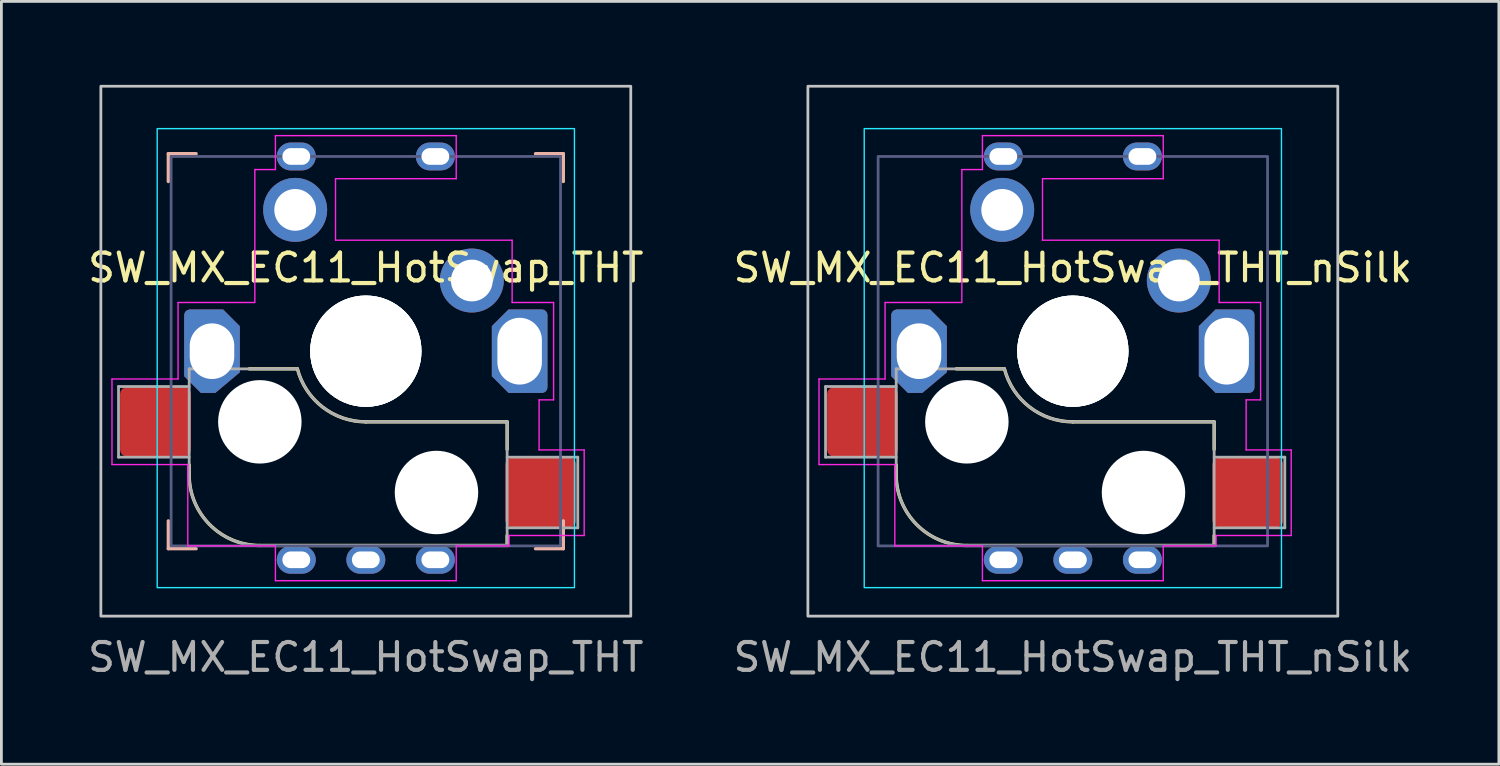
<source format=kicad_pcb>
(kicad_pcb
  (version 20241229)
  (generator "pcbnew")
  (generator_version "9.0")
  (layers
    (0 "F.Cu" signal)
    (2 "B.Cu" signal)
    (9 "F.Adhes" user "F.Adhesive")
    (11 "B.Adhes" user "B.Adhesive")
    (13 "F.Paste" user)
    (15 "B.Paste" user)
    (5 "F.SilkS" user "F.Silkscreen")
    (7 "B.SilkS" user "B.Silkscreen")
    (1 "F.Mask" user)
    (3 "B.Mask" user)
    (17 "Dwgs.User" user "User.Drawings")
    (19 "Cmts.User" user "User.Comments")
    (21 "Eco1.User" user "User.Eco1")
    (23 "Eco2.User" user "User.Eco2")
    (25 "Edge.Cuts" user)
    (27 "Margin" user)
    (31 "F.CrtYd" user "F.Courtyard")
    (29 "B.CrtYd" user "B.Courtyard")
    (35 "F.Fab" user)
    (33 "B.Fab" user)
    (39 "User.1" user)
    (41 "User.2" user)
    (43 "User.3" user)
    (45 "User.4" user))
  (footprint "SW_MX_EC11_HotSwap_THT"
    (layer "F.Cu")
    (at 10.101 9.575)
    (property "Reference" "SW_MX_EC11_HotSwap_THT" (at 0 -3 0) (layer "F.SilkS") (effects (font (size 1 1) (thickness 0.15))))
    (attr through_hole)
    (fp_line (start -6.35 4.445) (end -6.35 4.09) (stroke (width 0.12) (type solid)) (layer "F.SilkS"))
    (fp_line (start -3.81 6.985) (end 5.08 6.985) (stroke (width 0.12) (type solid)) (layer "F.SilkS"))
    (fp_line (start -2.464 0.635) (end -4.191 0.635) (stroke (width 0.12) (type solid)) (layer "F.SilkS"))
    (fp_line (start 5.08 2.54) (end 0 2.54) (stroke (width 0.12) (type solid)) (layer "F.SilkS"))
    (fp_line (start 5.08 2.54) (end 5.08 3.53) (stroke (width 0.12) (type default)) (layer "F.SilkS"))
    (fp_line (start 5.08 6.985) (end 5.08 6.63) (stroke (width 0.12) (type solid)) (layer "F.SilkS"))
    (fp_arc (start -3.81 6.985) (mid -5.606051 6.241051) (end -6.35 4.445) (stroke (width 0.12) (type solid)) (layer "F.SilkS"))
    (fp_arc (start 0 2.54) (mid -1.555901 2.007678) (end -2.459645 0.633836) (stroke (width 0.12) (type default)) (layer "F.SilkS"))
    (fp_line (start -7.1 -7.1) (end -6.1 -7.1) (stroke (width 0.12) (type solid)) (layer "B.SilkS"))
    (fp_line (start -7.1 -6.1) (end -7.1 -7.1) (stroke (width 0.12) (type solid)) (layer "B.SilkS"))
    (fp_line (start -7.1 7.1) (end -7.1 6.1) (stroke (width 0.12) (type solid)) (layer "B.SilkS"))
    (fp_line (start -6.1 7.1) (end -7.1 7.1) (stroke (width 0.12) (type solid)) (layer "B.SilkS"))
    (fp_line (start 6.1 -7.1) (end 7.1 -7.1) (stroke (width 0.12) (type solid)) (layer "B.SilkS"))
    (fp_line (start 7.1 -7.1) (end 7.1 -6.1) (stroke (width 0.12) (type solid)) (layer "B.SilkS"))
    (fp_line (start 7.1 6.1) (end 7.1 7.1) (stroke (width 0.12) (type solid)) (layer "B.SilkS"))
    (fp_line (start 7.1 7.1) (end 6.1 7.1) (stroke (width 0.12) (type solid)) (layer "B.SilkS"))
    (fp_rect (start -9.525 -9.525) (end 9.525 9.525) (stroke (width 0.1) (type default)) (fill no) (layer "Dwgs.User"))
    (fp_rect (start -7.5 -8) (end 7.5 8.5) (stroke (width 0.05) (type default)) (fill no) (layer "B.CrtYd"))
    (fp_line (start -9.125 1) (end -9.125 4.075) (stroke (width 0.05) (type default)) (layer "F.CrtYd"))
    (fp_line (start -9.125 4.075) (end -6.4 4.075) (stroke (width 0.05) (type default)) (layer "F.CrtYd"))
    (fp_line (start -6.75 -1.75) (end -6.75 1) (stroke (width 0.05) (type default)) (layer "F.CrtYd"))
    (fp_line (start -6.75 1) (end -9.125 1) (stroke (width 0.05) (type default)) (layer "F.CrtYd"))
    (fp_line (start -6.4 4.075) (end -6.4 7) (stroke (width 0.05) (type default)) (layer "F.CrtYd"))
    (fp_line (start -4 -1.75) (end -6.75 -1.75) (stroke (width 0.05) (type default)) (layer "F.CrtYd"))
    (fp_line (start -3.99 -6.53) (end -3.99 -1.75) (stroke (width 0.05) (type default)) (layer "F.CrtYd"))
    (fp_line (start -3.25 -7.75) (end -3.25 -6.53) (stroke (width 0.05) (type default)) (layer "F.CrtYd"))
    (fp_line (start -3.25 -6.53) (end -3.99 -6.53) (stroke (width 0.05) (type default)) (layer "F.CrtYd"))
    (fp_line (start -3.25 7) (end -6.4 7) (stroke (width 0.05) (type default)) (layer "F.CrtYd"))
    (fp_line (start -3.25 8.25) (end -3.25 7) (stroke (width 0.05) (type default)) (layer "F.CrtYd"))
    (fp_line (start -1.09 -6.2) (end 3.25 -6.2) (stroke (width 0.05) (type default)) (layer "F.CrtYd"))
    (fp_line (start -1.09 -3.99) (end -1.09 -6.2) (stroke (width 0.05) (type default)) (layer "F.CrtYd"))
    (fp_line (start 3.25 -7.75) (end -3.25 -7.75) (stroke (width 0.05) (type default)) (layer "F.CrtYd"))
    (fp_line (start 3.25 -6.2) (end 3.25 -7.75) (stroke (width 0.05) (type default)) (layer "F.CrtYd"))
    (fp_line (start 3.25 7) (end 3.25 8.25) (stroke (width 0.05) (type default)) (layer "F.CrtYd"))
    (fp_line (start 3.25 8.25) (end -3.25 8.25) (stroke (width 0.05) (type default)) (layer "F.CrtYd"))
    (fp_line (start 5.15 6.625) (end 5.15 7) (stroke (width 0.05) (type default)) (layer "F.CrtYd"))
    (fp_line (start 5.15 7) (end 3.25 7) (stroke (width 0.05) (type default)) (layer "F.CrtYd"))
    (fp_line (start 5.26 -3.99) (end -1.09 -3.99) (stroke (width 0.05) (type default)) (layer "F.CrtYd"))
    (fp_line (start 5.26 -1.75) (end 5.26 -3.99) (stroke (width 0.05) (type default)) (layer "F.CrtYd"))
    (fp_line (start 6.23 1.75) (end 6.23 3.55) (stroke (width 0.05) (type default)) (layer "F.CrtYd"))
    (fp_line (start 6.23 3.55) (end 7.85 3.55) (stroke (width 0.05) (type default)) (layer "F.CrtYd"))
    (fp_line (start 6.75 -1.75) (end 5.26 -1.75) (stroke (width 0.05) (type default)) (layer "F.CrtYd"))
    (fp_line (start 6.75 1.75) (end 6.23 1.75) (stroke (width 0.05) (type default)) (layer "F.CrtYd"))
    (fp_line (start 6.75 1.75) (end 6.75 -1.75) (stroke (width 0.05) (type default)) (layer "F.CrtYd"))
    (fp_line (start 7.85 3.55) (end 7.85 6.625) (stroke (width 0.05) (type default)) (layer "F.CrtYd"))
    (fp_line (start 7.85 6.625) (end 5.15 6.625) (stroke (width 0.05) (type default)) (layer "F.CrtYd"))
    (fp_rect (start -7 -7) (end 7 7) (stroke (width 0.1) (type default)) (fill no) (layer "B.Fab"))
    (fp_line (start -8.89 1.27) (end -8.89 3.81) (stroke (width 0.1) (type solid)) (layer "F.Fab"))
    (fp_line (start -8.89 3.81) (end -6.35 3.81) (stroke (width 0.1) (type solid)) (layer "F.Fab"))
    (fp_line (start -6.35 0.635) (end -6.35 4.445) (stroke (width 0.1) (type solid)) (layer "F.Fab"))
    (fp_line (start -6.35 0.635) (end -2.54 0.635) (stroke (width 0.1) (type solid)) (layer "F.Fab"))
    (fp_line (start -6.35 1.27) (end -8.89 1.27) (stroke (width 0.1) (type solid)) (layer "F.Fab"))
    (fp_line (start -3.81 6.985) (end 5.08 6.985) (stroke (width 0.1) (type solid)) (layer "F.Fab"))
    (fp_line (start 5.08 2.54) (end 0 2.54) (stroke (width 0.1) (type solid)) (layer "F.Fab"))
    (fp_line (start 5.08 6.35) (end 7.62 6.35) (stroke (width 0.1) (type solid)) (layer "F.Fab"))
    (fp_line (start 5.08 6.985) (end 5.08 2.54) (stroke (width 0.1) (type solid)) (layer "F.Fab"))
    (fp_line (start 7.62 3.81) (end 5.08 3.81) (stroke (width 0.1) (type solid)) (layer "F.Fab"))
    (fp_line (start 7.62 6.35) (end 7.62 3.81) (stroke (width 0.1) (type solid)) (layer "F.Fab"))
    (fp_arc (start -3.81 6.985) (mid -5.606051 6.241051) (end -6.35 4.445) (stroke (width 0.1) (type solid)) (layer "F.Fab"))
    (fp_arc (start 0 2.54) (mid -1.563147 2.002042) (end -2.464162 0.61604) (stroke (width 0.1) (type solid)) (layer "F.Fab"))
    (fp_text user "${REFERENCE}" (at 0 11 0) (layer "F.Fab") (effects (font (size 1 1) (thickness 0.15))))
    (pad "" np_thru_hole circle (at -3.81 2.54 180) (size 3 3) (drill 3) (layers "*.Cu" "*.Mask"))
    (pad "" np_thru_hole circle (at 0 0 180) (size 4 4) (drill 4) (layers "*.Cu" "*.Mask"))
    (pad "" np_thru_hole circle (at 0 0 180) (size 4 4) (drill 4) (layers "*.Cu" "*.Mask"))
    (pad "" np_thru_hole circle (at 0 0) (size 4 4) (drill 4) (layers "*.Cu" "*.Mask"))
    (pad "" np_thru_hole circle (at 2.54 5.08 180) (size 3 3) (drill 3) (layers "*.Cu" "*.Mask"))
    (pad "A" thru_hole oval (at 2.5 7.5 180) (size 1.4 1) (drill oval 1 0.6) (layers "*.Cu" "*.Mask"))
    (pad "B" thru_hole oval (at -2.5 7.5 180) (size 1.4 1) (drill oval 1 0.6) (layers "*.Cu" "*.Mask"))
    (pad "C" thru_hole oval (at 0 7.5 180) (size 1.4 1) (drill oval 1 0.6) (layers "*.Cu" "*.Mask"))
    (pad "MP" thru_hole custom (at -5.53 0) (size 2 2) (drill oval 1.6 2.4) (layers "*.Cu" "*.Mask") (options (anchor circle)) (primitives (gr_poly (pts (xy 1 0.76) (xy 0.12 1.5) (xy -0.4 1.5) (xy -1 0.9) (xy -1 -1.3) (xy -0.98 -1.38) (xy -0.94 -1.44) (xy -0.88 -1.48) (xy -0.8 -1.5) (xy 0.4 -1.5) (xy 1 -0.9)) (width 0) (fill yes))))
    (pad "MP" thru_hole roundrect (at 5.53 0 180) (size 2 3) (drill oval 1.6 2.4) (layers "*.Cu" "*.Mask") (roundrect_rratio 0.1) (chamfer_ratio 0.3) (chamfer top_right bottom_right))
    (pad "S1" thru_hole oval (at 2.5 -7 180) (size 1.4 1) (drill oval 1 0.6) (layers "*.Cu" "*.Mask"))
    (pad "S1" thru_hole circle (at 3.81 -2.54 180) (size 2.3 2.3) (drill 1.5) (layers "*.Cu" "*.Mask"))
    (pad "S1" smd roundrect (at 6.29 5.08 180) (size 2.55 2.5) (layers "F.Cu" "F.Mask" "F.Paste") (roundrect_rratio 0.1))
    (pad "S2" smd roundrect (at -7.56 2.54 180) (size 2.55 2.5) (layers "F.Cu" "F.Mask" "F.Paste") (roundrect_rratio 0.1))
    (pad "S2" thru_hole circle (at -2.54 -5.08 180) (size 2.3 2.3) (drill 1.5) (layers "*.Cu" "*.Mask"))
    (pad "S2" thru_hole oval (at -2.5 -7 180) (size 1.4 1) (drill oval 1 0.6) (layers "*.Cu" "*.Mask")))
  (footprint "SW_MX_EC11_HotSwap_THT_nSilk"
    (layer "F.Cu")
    (at 35.518 9.575)
    (property "Reference" "SW_MX_EC11_HotSwap_THT_nSilk" (at 0 -3 0) (layer "F.SilkS") (effects (font (size 1 1) (thickness 0.15))))
    (attr through_hole)
    (fp_line (start -6.35 4.445) (end -6.35 4.09) (stroke (width 0.12) (type solid)) (layer "F.SilkS"))
    (fp_line (start -3.81 6.985) (end 5.08 6.985) (stroke (width 0.12) (type solid)) (layer "F.SilkS"))
    (fp_line (start -2.464 0.635) (end -4.191 0.635) (stroke (width 0.12) (type solid)) (layer "F.SilkS"))
    (fp_line (start 5.08 2.54) (end 0 2.54) (stroke (width 0.12) (type solid)) (layer "F.SilkS"))
    (fp_line (start 5.08 2.54) (end 5.08 3.53) (stroke (width 0.12) (type default)) (layer "F.SilkS"))
    (fp_line (start 5.08 6.985) (end 5.08 6.63) (stroke (width 0.12) (type solid)) (layer "F.SilkS"))
    (fp_arc (start -3.81 6.985) (mid -5.606051 6.241051) (end -6.35 4.445) (stroke (width 0.12) (type solid)) (layer "F.SilkS"))
    (fp_arc (start 0 2.54) (mid -1.555901 2.007678) (end -2.459645 0.633836) (stroke (width 0.12) (type default)) (layer "F.SilkS"))
    (fp_rect (start -9.525 -9.525) (end 9.525 9.525) (stroke (width 0.1) (type default)) (fill no) (layer "Dwgs.User"))
    (fp_rect (start -7.5 -8) (end 7.5 8.5) (stroke (width 0.05) (type default)) (fill no) (layer "B.CrtYd"))
    (fp_line (start -9.125 1) (end -9.125 4.075) (stroke (width 0.05) (type default)) (layer "F.CrtYd"))
    (fp_line (start -9.125 4.075) (end -6.4 4.075) (stroke (width 0.05) (type default)) (layer "F.CrtYd"))
    (fp_line (start -6.75 -1.75) (end -6.75 1) (stroke (width 0.05) (type default)) (layer "F.CrtYd"))
    (fp_line (start -6.75 1) (end -9.125 1) (stroke (width 0.05) (type default)) (layer "F.CrtYd"))
    (fp_line (start -6.4 4.075) (end -6.4 7) (stroke (width 0.05) (type default)) (layer "F.CrtYd"))
    (fp_line (start -4 -1.75) (end -6.75 -1.75) (stroke (width 0.05) (type default)) (layer "F.CrtYd"))
    (fp_line (start -3.99 -6.53) (end -3.99 -1.75) (stroke (width 0.05) (type default)) (layer "F.CrtYd"))
    (fp_line (start -3.25 -7.75) (end -3.25 -6.53) (stroke (width 0.05) (type default)) (layer "F.CrtYd"))
    (fp_line (start -3.25 -6.53) (end -3.99 -6.53) (stroke (width 0.05) (type default)) (layer "F.CrtYd"))
    (fp_line (start -3.25 7) (end -6.4 7) (stroke (width 0.05) (type default)) (layer "F.CrtYd"))
    (fp_line (start -3.25 8.25) (end -3.25 7) (stroke (width 0.05) (type default)) (layer "F.CrtYd"))
    (fp_line (start -1.09 -6.2) (end 3.25 -6.2) (stroke (width 0.05) (type default)) (layer "F.CrtYd"))
    (fp_line (start -1.09 -3.99) (end -1.09 -6.2) (stroke (width 0.05) (type default)) (layer "F.CrtYd"))
    (fp_line (start 3.25 -7.75) (end -3.25 -7.75) (stroke (width 0.05) (type default)) (layer "F.CrtYd"))
    (fp_line (start 3.25 -6.2) (end 3.25 -7.75) (stroke (width 0.05) (type default)) (layer "F.CrtYd"))
    (fp_line (start 3.25 7) (end 3.25 8.25) (stroke (width 0.05) (type default)) (layer "F.CrtYd"))
    (fp_line (start 3.25 8.25) (end -3.25 8.25) (stroke (width 0.05) (type default)) (layer "F.CrtYd"))
    (fp_line (start 5.15 6.625) (end 5.15 7) (stroke (width 0.05) (type default)) (layer "F.CrtYd"))
    (fp_line (start 5.15 7) (end 3.25 7) (stroke (width 0.05) (type default)) (layer "F.CrtYd"))
    (fp_line (start 5.26 -3.99) (end -1.09 -3.99) (stroke (width 0.05) (type default)) (layer "F.CrtYd"))
    (fp_line (start 5.26 -1.75) (end 5.26 -3.99) (stroke (width 0.05) (type default)) (layer "F.CrtYd"))
    (fp_line (start 6.23 1.75) (end 6.23 3.55) (stroke (width 0.05) (type default)) (layer "F.CrtYd"))
    (fp_line (start 6.23 3.55) (end 7.85 3.55) (stroke (width 0.05) (type default)) (layer "F.CrtYd"))
    (fp_line (start 6.75 -1.75) (end 5.26 -1.75) (stroke (width 0.05) (type default)) (layer "F.CrtYd"))
    (fp_line (start 6.75 1.75) (end 6.23 1.75) (stroke (width 0.05) (type default)) (layer "F.CrtYd"))
    (fp_line (start 6.75 1.75) (end 6.75 -1.75) (stroke (width 0.05) (type default)) (layer "F.CrtYd"))
    (fp_line (start 7.85 3.55) (end 7.85 6.625) (stroke (width 0.05) (type default)) (layer "F.CrtYd"))
    (fp_line (start 7.85 6.625) (end 5.15 6.625) (stroke (width 0.05) (type default)) (layer "F.CrtYd"))
    (fp_rect (start -7 -7) (end 7 7) (stroke (width 0.1) (type default)) (fill no) (layer "B.Fab"))
    (fp_line (start -8.89 1.27) (end -8.89 3.81) (stroke (width 0.1) (type solid)) (layer "F.Fab"))
    (fp_line (start -8.89 3.81) (end -6.35 3.81) (stroke (width 0.1) (type solid)) (layer "F.Fab"))
    (fp_line (start -6.35 0.635) (end -6.35 4.445) (stroke (width 0.1) (type solid)) (layer "F.Fab"))
    (fp_line (start -6.35 0.635) (end -2.54 0.635) (stroke (width 0.1) (type solid)) (layer "F.Fab"))
    (fp_line (start -6.35 1.27) (end -8.89 1.27) (stroke (width 0.1) (type solid)) (layer "F.Fab"))
    (fp_line (start -3.81 6.985) (end 5.08 6.985) (stroke (width 0.1) (type solid)) (layer "F.Fab"))
    (fp_line (start 5.08 2.54) (end 0 2.54) (stroke (width 0.1) (type solid)) (layer "F.Fab"))
    (fp_line (start 5.08 6.35) (end 7.62 6.35) (stroke (width 0.1) (type solid)) (layer "F.Fab"))
    (fp_line (start 5.08 6.985) (end 5.08 2.54) (stroke (width 0.1) (type solid)) (layer "F.Fab"))
    (fp_line (start 7.62 3.81) (end 5.08 3.81) (stroke (width 0.1) (type solid)) (layer "F.Fab"))
    (fp_line (start 7.62 6.35) (end 7.62 3.81) (stroke (width 0.1) (type solid)) (layer "F.Fab"))
    (fp_arc (start -3.81 6.985) (mid -5.606051 6.241051) (end -6.35 4.445) (stroke (width 0.1) (type solid)) (layer "F.Fab"))
    (fp_arc (start 0 2.54) (mid -1.563147 2.002042) (end -2.464162 0.61604) (stroke (width 0.1) (type solid)) (layer "F.Fab"))
    (fp_text user "${REFERENCE}" (at 0 11 0) (layer "F.Fab") (effects (font (size 1 1) (thickness 0.15))))
    (pad "" np_thru_hole circle (at -3.81 2.54 180) (size 3 3) (drill 3) (layers "*.Cu" "*.Mask"))
    (pad "" np_thru_hole circle (at 0 0 180) (size 4 4) (drill 4) (layers "*.Cu" "*.Mask"))
    (pad "" np_thru_hole circle (at 0 0 180) (size 4 4) (drill 4) (layers "*.Cu" "*.Mask"))
    (pad "" np_thru_hole circle (at 0 0) (size 4 4) (drill 4) (layers "*.Cu" "*.Mask"))
    (pad "" np_thru_hole circle (at 2.54 5.08 180) (size 3 3) (drill 3) (layers "*.Cu" "*.Mask"))
    (pad "A" thru_hole oval (at 2.5 7.5 180) (size 1.4 1) (drill oval 1 0.6) (layers "*.Cu" "*.Mask"))
    (pad "B" thru_hole oval (at -2.5 7.5 180) (size 1.4 1) (drill oval 1 0.6) (layers "*.Cu" "*.Mask"))
    (pad "C" thru_hole oval (at 0 7.5 180) (size 1.4 1) (drill oval 1 0.6) (layers "*.Cu" "*.Mask"))
    (pad "MP" thru_hole custom (at -5.53 0) (size 2 2) (drill oval 1.6 2.4) (layers "*.Cu" "*.Mask") (options (anchor circle)) (primitives (gr_poly (pts (xy 1 0.76) (xy 0.12 1.5) (xy -0.4 1.5) (xy -1 0.9) (xy -1 -1.3) (xy -0.98 -1.38) (xy -0.94 -1.44) (xy -0.88 -1.48) (xy -0.8 -1.5) (xy 0.4 -1.5) (xy 1 -0.9)) (width 0) (fill yes))))
    (pad "MP" thru_hole roundrect (at 5.53 0 180) (size 2 3) (drill oval 1.6 2.4) (layers "*.Cu" "*.Mask") (roundrect_rratio 0.1) (chamfer_ratio 0.3) (chamfer top_right bottom_right))
    (pad "S1" thru_hole oval (at 2.5 -7 180) (size 1.4 1) (drill oval 1 0.6) (layers "*.Cu" "*.Mask"))
    (pad "S1" thru_hole circle (at 3.81 -2.54 180) (size 2.3 2.3) (drill 1.5) (layers "*.Cu" "*.Mask"))
    (pad "S1" smd roundrect (at 6.29 5.08 180) (size 2.55 2.5) (layers "F.Cu" "F.Mask" "F.Paste") (roundrect_rratio 0.1))
    (pad "S2" smd roundrect (at -7.56 2.54 180) (size 2.55 2.5) (layers "F.Cu" "F.Mask" "F.Paste") (roundrect_rratio 0.1))
    (pad "S2" thru_hole circle (at -2.54 -5.08 180) (size 2.3 2.3) (drill 1.5) (layers "*.Cu" "*.Mask"))
    (pad "S2" thru_hole oval (at -2.5 -7 180) (size 1.4 1) (drill oval 1 0.6) (layers "*.Cu" "*.Mask")))
  (gr_rect
    (start -3 -3)
    (end 50.833 24.423)
    (stroke (width 0.1) (type default))
    (fill no)
    (layer "Edge.Cuts")))
</source>
